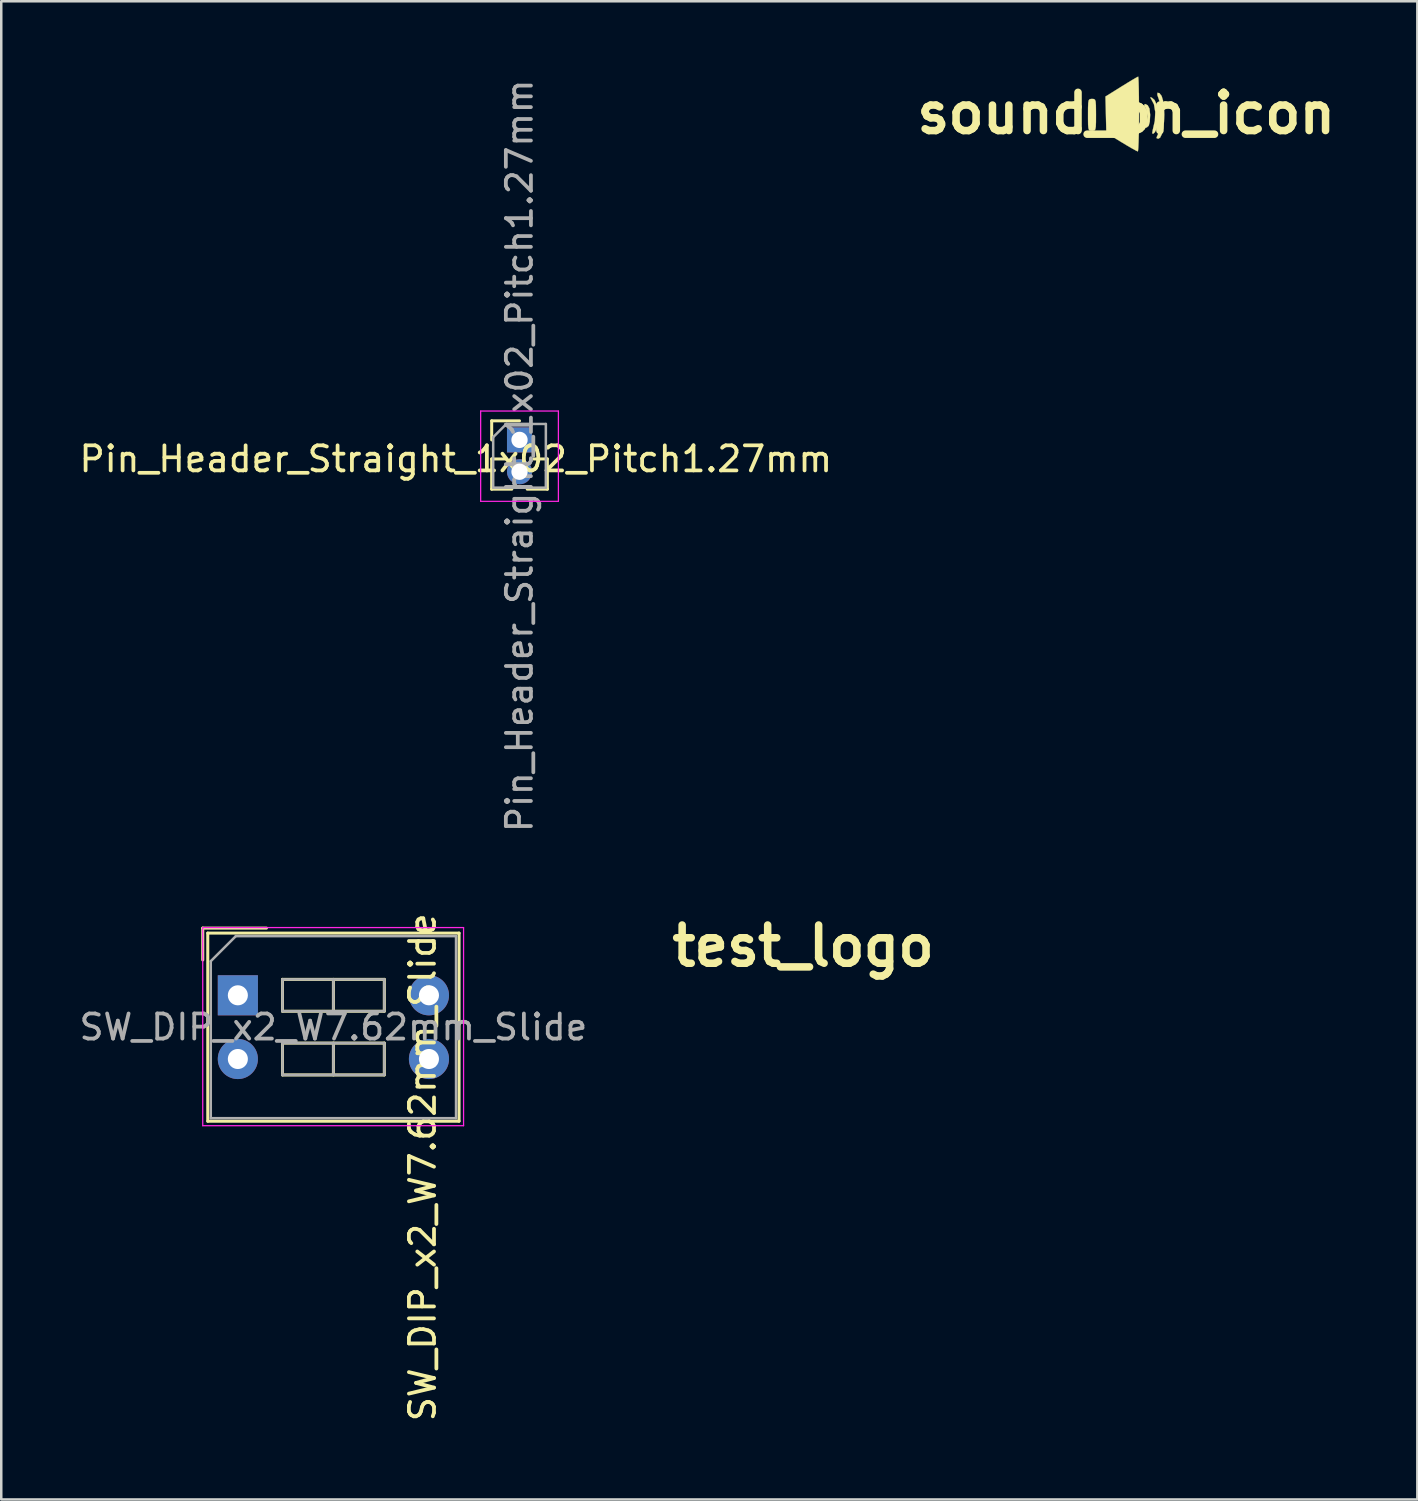
<source format=kicad_pcb>
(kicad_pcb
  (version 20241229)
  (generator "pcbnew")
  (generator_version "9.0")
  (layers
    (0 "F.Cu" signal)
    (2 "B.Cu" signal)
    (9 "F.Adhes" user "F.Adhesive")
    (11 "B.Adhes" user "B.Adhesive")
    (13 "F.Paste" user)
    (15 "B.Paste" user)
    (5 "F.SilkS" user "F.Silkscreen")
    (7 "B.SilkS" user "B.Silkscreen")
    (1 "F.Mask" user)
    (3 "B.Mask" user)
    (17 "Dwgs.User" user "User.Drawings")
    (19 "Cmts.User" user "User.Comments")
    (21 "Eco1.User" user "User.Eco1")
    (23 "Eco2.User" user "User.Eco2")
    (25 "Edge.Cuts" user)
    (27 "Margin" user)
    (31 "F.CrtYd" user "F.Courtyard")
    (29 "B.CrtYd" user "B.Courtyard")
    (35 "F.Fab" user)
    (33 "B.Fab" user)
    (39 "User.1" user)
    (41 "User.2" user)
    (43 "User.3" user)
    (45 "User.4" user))
  (footprint "sound_on_icon"
    (layer "F.Cu")
    (at 41.857 1.466)
    (property "Reference" "sound_on_icon" (at 0 0 0) (layer "F.SilkS") (effects (font (size 1.524 1.524) (thickness 0.3))))
    (attr through_hole)
    (fp_poly (pts (xy 0.856 -0.319) (xy 0.926 -0.187) (xy 0.952 0.047) (xy 0.953 0.066) (xy 0.939 0.337) (xy 0.896 0.498) (xy 0.818 0.567) (xy 0.779 0.572) (xy 0.717 0.555) (xy 0.755 0.484) (xy 0.763 0.475) (xy 0.821 0.331) (xy 0.84 0.126) (xy 0.82 -0.078) (xy 0.762 -0.223) (xy 0.711 -0.328) (xy 0.753 -0.369) (xy 0.856 -0.319)) (stroke (width 0.01) (type solid)) (fill yes) (layer "F.SilkS"))
    (fp_poly (pts (xy 1.009 -0.627) (xy 1.016 -0.625) (xy 1.13 -0.527) (xy 1.216 -0.337) (xy 1.27 -0.089) (xy 1.286 0.186) (xy 1.26 0.453) (xy 1.207 0.633) (xy 1.133 0.767) (xy 1.068 0.822) (xy 1.035 0.792) (xy 1.053 0.683) (xy 1.14 0.302) (xy 1.157 -0.054) (xy 1.105 -0.357) (xy 0.997 -0.563) (xy 0.955 -0.63) (xy 1.009 -0.627)) (stroke (width 0.01) (type solid)) (fill yes) (layer "F.SilkS"))
    (fp_poly (pts (xy 1.32 -0.802) (xy 1.327 -0.798) (xy 1.411 -0.687) (xy 1.47 -0.49) (xy 1.505 -0.235) (xy 1.517 0.051) (xy 1.506 0.342) (xy 1.474 0.611) (xy 1.422 0.83) (xy 1.349 0.974) (xy 1.273 1.016) (xy 1.209 0.99) (xy 1.206 0.981) (xy 1.233 0.907) (xy 1.298 0.77) (xy 1.311 0.745) (xy 1.379 0.523) (xy 1.409 0.229) (xy 1.401 -0.09) (xy 1.355 -0.385) (xy 1.307 -0.537) (xy 1.24 -0.729) (xy 1.245 -0.816) (xy 1.32 -0.802)) (stroke (width 0.01) (type solid)) (fill yes) (layer "F.SilkS"))
    (fp_poly (pts (xy -1.293 -0.568) (xy -1.247 -0.541) (xy -1.221 -0.467) (xy -1.21 -0.324) (xy -1.207 -0.088) (xy -1.206 0.064) (xy -1.207 0.352) (xy -1.214 0.536) (xy -1.233 0.64) (xy -1.268 0.686) (xy -1.327 0.698) (xy -1.365 0.699) (xy -1.437 0.695) (xy -1.483 0.668) (xy -1.509 0.594) (xy -1.521 0.451) (xy -1.524 0.215) (xy -1.524 0.064) (xy -1.523 -0.225) (xy -1.516 -0.409) (xy -1.498 -0.513) (xy -1.462 -0.559) (xy -1.403 -0.571) (xy -1.365 -0.572) (xy -1.293 -0.568)) (stroke (width 0.01) (type solid)) (fill yes) (layer "F.SilkS"))
    (fp_poly (pts (xy 0.485 -1.4) (xy 0.493 -1.23) (xy 0.5 -0.968) (xy 0.505 -0.632) (xy 0.507 -0.238) (xy 0.508 0.032) (xy 0.506 0.452) (xy 0.501 0.826) (xy 0.492 1.136) (xy 0.482 1.366) (xy 0.469 1.498) (xy 0.46 1.522) (xy 0.39 1.49) (xy 0.236 1.405) (xy 0.021 1.28) (xy -0.191 1.152) (xy -0.794 0.785) (xy -0.811 0.059) (xy -0.829 -0.667) (xy -0.192 -1.064) (xy 0.059 -1.219) (xy 0.269 -1.345) (xy 0.415 -1.43) (xy 0.476 -1.46) (xy 0.485 -1.4)) (stroke (width 0.01) (type solid)) (fill yes) (layer "F.SilkS")))
  (footprint "SW_DIP_x2_W7.62mm_Slide"
    (layer "F.Cu")
    (at 6.434 36.636)
    (property "Reference" "SW_DIP_x2_W7.62mm_Slide" (at 7.366 6.858 90) (layer "F.SilkS") (effects (font (size 1 1) (thickness 0.15))))
    (attr through_hole)
    (fp_line (start -1.4 -2.68) (end -1.4 -1.41) (stroke (width 0.12) (type solid)) (layer "F.SilkS"))
    (fp_line (start -1.4 -2.68) (end 1.14 -2.68) (stroke (width 0.12) (type solid)) (layer "F.SilkS"))
    (fp_line (start -1.2 -2.48) (end 8.82 -2.48) (stroke (width 0.12) (type solid)) (layer "F.SilkS"))
    (fp_line (start -1.2 5.02) (end -1.2 -2.48) (stroke (width 0.12) (type solid)) (layer "F.SilkS"))
    (fp_line (start 1.78 -0.635) (end 1.78 0.635) (stroke (width 0.12) (type solid)) (layer "F.SilkS"))
    (fp_line (start 1.78 0.635) (end 5.84 0.635) (stroke (width 0.12) (type solid)) (layer "F.SilkS"))
    (fp_line (start 1.78 1.905) (end 1.78 3.175) (stroke (width 0.12) (type solid)) (layer "F.SilkS"))
    (fp_line (start 1.78 3.175) (end 5.84 3.175) (stroke (width 0.12) (type solid)) (layer "F.SilkS"))
    (fp_line (start 3.81 -0.635) (end 3.81 0.635) (stroke (width 0.12) (type solid)) (layer "F.SilkS"))
    (fp_line (start 3.81 1.905) (end 3.81 3.175) (stroke (width 0.12) (type solid)) (layer "F.SilkS"))
    (fp_line (start 5.84 -0.635) (end 1.78 -0.635) (stroke (width 0.12) (type solid)) (layer "F.SilkS"))
    (fp_line (start 5.84 0.635) (end 5.84 -0.635) (stroke (width 0.12) (type solid)) (layer "F.SilkS"))
    (fp_line (start 5.84 1.905) (end 1.78 1.905) (stroke (width 0.12) (type solid)) (layer "F.SilkS"))
    (fp_line (start 5.84 3.175) (end 5.84 1.905) (stroke (width 0.12) (type solid)) (layer "F.SilkS"))
    (fp_line (start 8.82 -2.48) (end 8.82 5.02) (stroke (width 0.12) (type solid)) (layer "F.SilkS"))
    (fp_line (start 8.82 5.02) (end -1.2 5.02) (stroke (width 0.12) (type solid)) (layer "F.SilkS"))
    (fp_line (start -1.4 -2.7) (end -1.4 5.2) (stroke (width 0.05) (type solid)) (layer "F.CrtYd"))
    (fp_line (start -1.4 5.2) (end 9 5.2) (stroke (width 0.05) (type solid)) (layer "F.CrtYd"))
    (fp_line (start 9 -2.7) (end -1.4 -2.7) (stroke (width 0.05) (type solid)) (layer "F.CrtYd"))
    (fp_line (start 9 5.2) (end 9 -2.7) (stroke (width 0.05) (type solid)) (layer "F.CrtYd"))
    (fp_line (start -1.08 -1.36) (end -0.08 -2.36) (stroke (width 0.1) (type solid)) (layer "F.Fab"))
    (fp_line (start -1.08 4.9) (end -1.08 -1.36) (stroke (width 0.1) (type solid)) (layer "F.Fab"))
    (fp_line (start -0.08 -2.36) (end 8.7 -2.36) (stroke (width 0.1) (type solid)) (layer "F.Fab"))
    (fp_line (start 1.78 -0.635) (end 1.78 0.635) (stroke (width 0.1) (type solid)) (layer "F.Fab"))
    (fp_line (start 1.78 0.635) (end 5.84 0.635) (stroke (width 0.1) (type solid)) (layer "F.Fab"))
    (fp_line (start 1.78 1.905) (end 1.78 3.175) (stroke (width 0.1) (type solid)) (layer "F.Fab"))
    (fp_line (start 1.78 3.175) (end 5.84 3.175) (stroke (width 0.1) (type solid)) (layer "F.Fab"))
    (fp_line (start 3.81 -0.635) (end 3.81 0.635) (stroke (width 0.1) (type solid)) (layer "F.Fab"))
    (fp_line (start 3.81 1.905) (end 3.81 3.175) (stroke (width 0.1) (type solid)) (layer "F.Fab"))
    (fp_line (start 5.84 -0.635) (end 1.78 -0.635) (stroke (width 0.1) (type solid)) (layer "F.Fab"))
    (fp_line (start 5.84 0.635) (end 5.84 -0.635) (stroke (width 0.1) (type solid)) (layer "F.Fab"))
    (fp_line (start 5.84 1.905) (end 1.78 1.905) (stroke (width 0.1) (type solid)) (layer "F.Fab"))
    (fp_line (start 5.84 3.175) (end 5.84 1.905) (stroke (width 0.1) (type solid)) (layer "F.Fab"))
    (fp_line (start 8.7 -2.36) (end 8.7 4.9) (stroke (width 0.1) (type solid)) (layer "F.Fab"))
    (fp_line (start 8.7 4.9) (end -1.08 4.9) (stroke (width 0.1) (type solid)) (layer "F.Fab"))
    (fp_text user "${REFERENCE}" (at 3.81 1.27 0) (layer "F.Fab") (effects (font (size 1 1) (thickness 0.15))))
    (pad "1" thru_hole rect (at 0 0) (size 1.6 1.6) (drill 0.8) (layers "*.Cu" "*.Mask"))
    (pad "2" thru_hole oval (at 0 2.54) (size 1.6 1.6) (drill 0.8) (layers "*.Cu" "*.Mask"))
    (pad "3" thru_hole oval (at 7.62 2.54) (size 1.6 1.6) (drill 0.8) (layers "*.Cu" "*.Mask"))
    (pad "4" thru_hole oval (at 7.62 0) (size 1.6 1.6) (drill 0.8) (layers "*.Cu" "*.Mask")))
  (footprint "Pin_Header_Straight_1x02_Pitch1.27mm"
    (layer "F.Cu")
    (at 17.665 14.49)
    (property "Reference" "Pin_Header_Straight_1x02_Pitch1.27mm" (at -2.54 0.762 0) (layer "F.SilkS") (effects (font (size 1 1) (thickness 0.15))))
    (attr through_hole)
    (fp_line (start -1.11 -0.76) (end 0 -0.76) (stroke (width 0.12) (type solid)) (layer "F.SilkS"))
    (fp_line (start -1.11 0) (end -1.11 -0.76) (stroke (width 0.12) (type solid)) (layer "F.SilkS"))
    (fp_line (start -1.11 0.76) (end -1.11 1.965) (stroke (width 0.12) (type solid)) (layer "F.SilkS"))
    (fp_line (start -1.11 0.76) (end -0.563 0.76) (stroke (width 0.12) (type solid)) (layer "F.SilkS"))
    (fp_line (start -1.11 1.965) (end -0.308 1.965) (stroke (width 0.12) (type solid)) (layer "F.SilkS"))
    (fp_line (start 0.308 1.965) (end 1.11 1.965) (stroke (width 0.12) (type solid)) (layer "F.SilkS"))
    (fp_line (start 0.563 0.76) (end 1.11 0.76) (stroke (width 0.12) (type solid)) (layer "F.SilkS"))
    (fp_line (start 1.11 0.76) (end 1.11 1.965) (stroke (width 0.12) (type solid)) (layer "F.SilkS"))
    (fp_line (start -1.55 -1.15) (end -1.55 2.45) (stroke (width 0.05) (type solid)) (layer "F.CrtYd"))
    (fp_line (start -1.55 2.45) (end 1.55 2.45) (stroke (width 0.05) (type solid)) (layer "F.CrtYd"))
    (fp_line (start 1.55 -1.15) (end -1.55 -1.15) (stroke (width 0.05) (type solid)) (layer "F.CrtYd"))
    (fp_line (start 1.55 2.45) (end 1.55 -1.15) (stroke (width 0.05) (type solid)) (layer "F.CrtYd"))
    (fp_line (start -1.05 -0.11) (end -0.525 -0.635) (stroke (width 0.1) (type solid)) (layer "F.Fab"))
    (fp_line (start -1.05 1.905) (end -1.05 -0.11) (stroke (width 0.1) (type solid)) (layer "F.Fab"))
    (fp_line (start -0.525 -0.635) (end 1.05 -0.635) (stroke (width 0.1) (type solid)) (layer "F.Fab"))
    (fp_line (start 1.05 -0.635) (end 1.05 1.905) (stroke (width 0.1) (type solid)) (layer "F.Fab"))
    (fp_line (start 1.05 1.905) (end -1.05 1.905) (stroke (width 0.1) (type solid)) (layer "F.Fab"))
    (fp_text user "${REFERENCE}" (at 0 0.635 90) (layer "F.Fab") (effects (font (size 1 1) (thickness 0.15))))
    (pad "1" thru_hole rect (at 0 0) (size 1 1) (drill 0.65) (layers "*.Cu" "*.Mask"))
    (pad "2" thru_hole oval (at 0 1.27) (size 1 1) (drill 0.65) (layers "*.Cu" "*.Mask")))
  (footprint "test_logo"
    (layer "F.Cu")
    (at 28.975 34.668)
    (property "Reference" "test_logo" (at 0 0 0) (layer "F.SilkS") (effects (font (size 1.524 1.524) (thickness 0.3))))
    (attr through_hole)
    (fp_poly (pts (xy 0.031 -0.285) (xy 0.07 -0.232) (xy 0.123 -0.154) (xy 0.185 -0.062) (xy 0.249 0.036) (xy 0.31 0.129) (xy 0.36 0.209) (xy 0.394 0.266) (xy 0.406 0.291) (xy 0.382 0.296) (xy 0.316 0.3) (xy 0.217 0.303) (xy 0.092 0.305) (xy 0.013 0.305) (xy -0.122 0.304) (xy -0.237 0.302) (xy -0.324 0.299) (xy -0.373 0.296) (xy -0.381 0.293) (xy -0.368 0.267) (xy -0.333 0.209) (xy -0.282 0.128) (xy -0.221 0.034) (xy -0.156 -0.063) (xy -0.094 -0.155) (xy -0.041 -0.233) (xy -0.003 -0.286) (xy 0.013 -0.305) (xy 0.031 -0.285)) (stroke (width 0.01) (type solid)) (fill yes) (layer "F.Mask")))
  (gr_rect
    (start -3 -3)
    (end 53.464 56.738)
    (stroke (width 0.1) (type default))
    (fill no)
    (layer "Edge.Cuts")))
</source>
